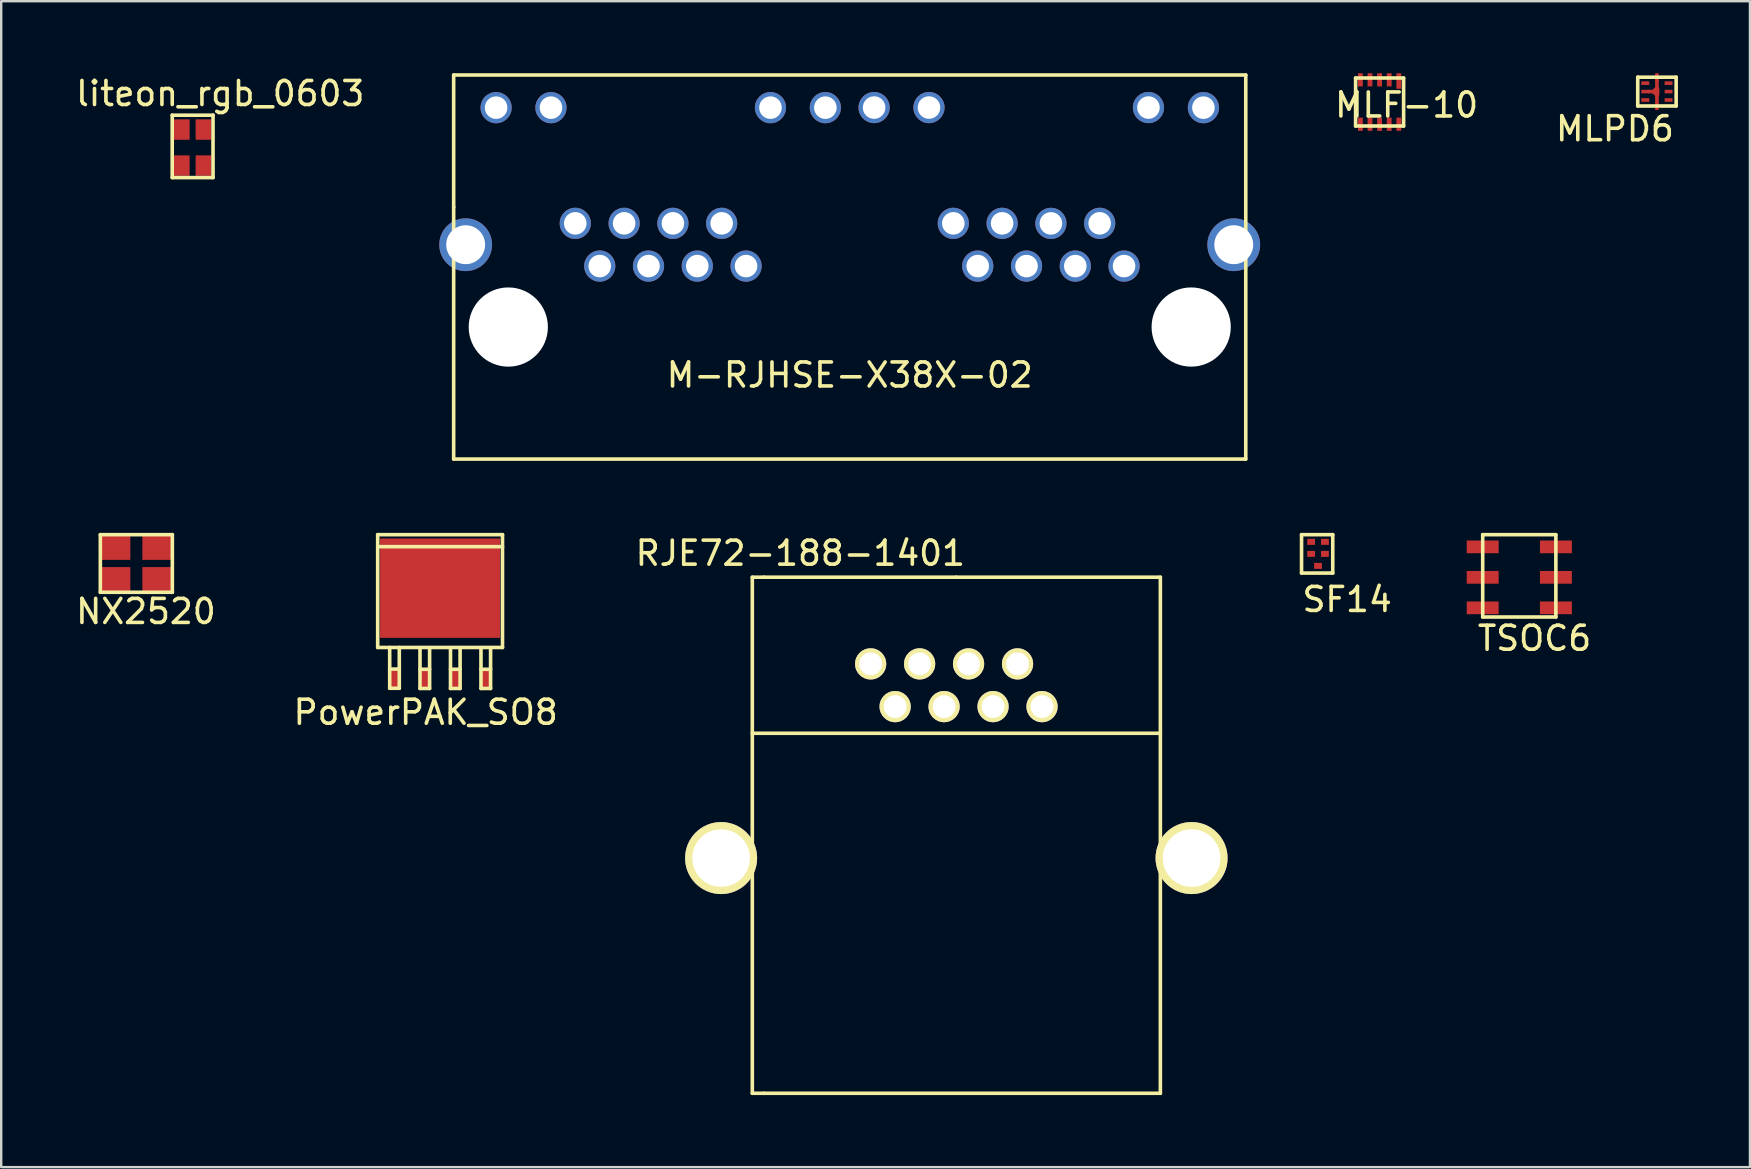
<source format=kicad_pcb>
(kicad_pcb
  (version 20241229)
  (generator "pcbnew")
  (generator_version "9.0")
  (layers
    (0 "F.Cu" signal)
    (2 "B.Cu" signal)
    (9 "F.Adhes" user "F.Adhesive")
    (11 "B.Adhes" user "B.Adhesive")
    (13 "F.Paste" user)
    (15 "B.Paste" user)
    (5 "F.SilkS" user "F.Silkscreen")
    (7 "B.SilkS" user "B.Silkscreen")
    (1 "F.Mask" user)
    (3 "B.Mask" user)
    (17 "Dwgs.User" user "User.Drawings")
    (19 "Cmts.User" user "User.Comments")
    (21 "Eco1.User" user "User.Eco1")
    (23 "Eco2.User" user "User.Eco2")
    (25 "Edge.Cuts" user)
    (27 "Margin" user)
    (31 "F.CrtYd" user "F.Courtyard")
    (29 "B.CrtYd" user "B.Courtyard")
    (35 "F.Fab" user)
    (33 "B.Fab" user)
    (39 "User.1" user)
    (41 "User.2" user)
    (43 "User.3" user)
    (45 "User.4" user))
  (footprint "PowerPAK_SO8"
    (layer "F.Cu")
    (at 15.285 25.225)
    (property "Reference" "PowerPAK_SO8" (at -0.6 1.4 0) (layer "F.SilkS") (effects (font (size 1 1) (thickness 0.15))))
    (attr through_hole)
    (fp_line (start -2.6 -6) (end 2.6 -6) (stroke (width 0.15) (type solid)) (layer "F.SilkS"))
    (fp_line (start -2.6 -5.5) (end 2.6 -5.5) (stroke (width 0.15) (type solid)) (layer "F.SilkS"))
    (fp_line (start -2.6 -1.3) (end -2.6 -6) (stroke (width 0.15) (type solid)) (layer "F.SilkS"))
    (fp_line (start -2.1 -1.3) (end -2.1 0.4) (stroke (width 0.15) (type solid)) (layer "F.SilkS"))
    (fp_line (start -2.1 -0.4) (end -1.7 -0.4) (stroke (width 0.15) (type solid)) (layer "F.SilkS"))
    (fp_line (start -2.1 0.4) (end -1.7 0.4) (stroke (width 0.15) (type solid)) (layer "F.SilkS"))
    (fp_line (start -1.7 0.4) (end -1.7 -1.3) (stroke (width 0.15) (type solid)) (layer "F.SilkS"))
    (fp_line (start -0.837 -1.293) (end -0.837 0.407) (stroke (width 0.15) (type solid)) (layer "F.SilkS"))
    (fp_line (start -0.837 -0.393) (end -0.437 -0.393) (stroke (width 0.15) (type solid)) (layer "F.SilkS"))
    (fp_line (start -0.837 0.407) (end -0.437 0.407) (stroke (width 0.15) (type solid)) (layer "F.SilkS"))
    (fp_line (start -0.437 0.407) (end -0.437 -1.293) (stroke (width 0.15) (type solid)) (layer "F.SilkS"))
    (fp_line (start 0.433 -1.293) (end 0.433 0.407) (stroke (width 0.15) (type solid)) (layer "F.SilkS"))
    (fp_line (start 0.433 -0.393) (end 0.833 -0.393) (stroke (width 0.15) (type solid)) (layer "F.SilkS"))
    (fp_line (start 0.433 0.407) (end 0.833 0.407) (stroke (width 0.15) (type solid)) (layer "F.SilkS"))
    (fp_line (start 0.833 0.407) (end 0.833 -1.293) (stroke (width 0.15) (type solid)) (layer "F.SilkS"))
    (fp_line (start 1.703 -1.293) (end 1.703 0.407) (stroke (width 0.15) (type solid)) (layer "F.SilkS"))
    (fp_line (start 1.703 -0.393) (end 2.103 -0.393) (stroke (width 0.15) (type solid)) (layer "F.SilkS"))
    (fp_line (start 1.703 0.407) (end 2.103 0.407) (stroke (width 0.15) (type solid)) (layer "F.SilkS"))
    (fp_line (start 2.103 0.407) (end 2.103 -1.293) (stroke (width 0.15) (type solid)) (layer "F.SilkS"))
    (fp_line (start 2.6 -6) (end 2.6 -1.3) (stroke (width 0.15) (type solid)) (layer "F.SilkS"))
    (fp_line (start 2.6 -1.3) (end -2.6 -1.3) (stroke (width 0.15) (type solid)) (layer "F.SilkS"))
    (pad "1" smd rect (at -1.905 0) (size 0.41 0.82) (layers "F.Cu" "F.Mask" "F.Paste"))
    (pad "2" smd rect (at -0.635 0) (size 0.41 0.82) (layers "F.Cu" "F.Mask" "F.Paste"))
    (pad "3" smd rect (at 0.635 0) (size 0.41 0.82) (layers "F.Cu" "F.Mask" "F.Paste"))
    (pad "4" smd rect (at 1.905 0) (size 0.41 0.82) (layers "F.Cu" "F.Mask" "F.Paste"))
    (pad "5" smd rect (at 0 -3.771 90) (size 4.14 5) (layers "F.Cu" "F.Mask" "F.Paste")))
  (footprint "liteon_rgb_0603"
    (layer "F.Cu")
    (at 4.125 4.348)
    (property "Reference" "liteon_rgb_0603" (at 2 -3.5 0) (layer "F.SilkS") (effects (font (size 1 1) (thickness 0.15))))
    (attr through_hole)
    (fp_line (start 0 -2.6) (end 1.7 -2.6) (stroke (width 0.15) (type solid)) (layer "F.SilkS"))
    (fp_line (start 0 0) (end 0 -2.6) (stroke (width 0.15) (type solid)) (layer "F.SilkS"))
    (fp_line (start 1.7 -2.6) (end 1.7 0) (stroke (width 0.15) (type solid)) (layer "F.SilkS"))
    (fp_line (start 1.7 0) (end 0 0) (stroke (width 0.15) (type solid)) (layer "F.SilkS"))
    (pad "1" smd rect (at 0.4 -2) (size 0.65 0.85) (layers "F.Cu" "F.Mask" "F.Paste"))
    (pad "2" smd rect (at 1.3 -2) (size 0.65 0.85) (layers "F.Cu" "F.Mask" "F.Paste"))
    (pad "3" smd rect (at 1.3 -0.5) (size 0.65 0.85) (layers "F.Cu" "F.Mask" "F.Paste"))
    (pad "4" smd rect (at 0.4 -0.5) (size 0.65 0.85) (layers "F.Cu" "F.Mask" "F.Paste")))
  (footprint "MLF-10"
    (layer "F.Cu")
    (at 54.426 1.2)
    (property "Reference" "MLF-10" (at 1.125 0.125 0) (layer "F.SilkS") (effects (font (size 1 1) (thickness 0.15))))
    (attr through_hole)
    (fp_line (start -1 -1) (end 1 -1) (stroke (width 0.15) (type solid)) (layer "F.SilkS"))
    (fp_line (start -1 1) (end -1 -1) (stroke (width 0.15) (type solid)) (layer "F.SilkS"))
    (fp_line (start 1 -1) (end 1 1) (stroke (width 0.15) (type solid)) (layer "F.SilkS"))
    (fp_line (start 1 1) (end -1 1) (stroke (width 0.15) (type solid)) (layer "F.SilkS"))
    (pad "1" smd rect (at 0.8 -0.875) (size 0.2 0.65) (layers "F.Cu" "F.Mask" "F.Paste"))
    (pad "2" smd rect (at 0.4 -0.925) (size 0.2 0.55) (layers "F.Cu" "F.Mask" "F.Paste"))
    (pad "3" smd rect (at 0 -0.925) (size 0.2 0.55) (layers "F.Cu" "F.Mask" "F.Paste"))
    (pad "4" smd rect (at -0.4 -0.925) (size 0.2 0.55) (layers "F.Cu" "F.Mask" "F.Paste"))
    (pad "5" smd rect (at -0.8 -0.925) (size 0.2 0.55) (layers "F.Cu" "F.Mask" "F.Paste"))
    (pad "6" smd rect (at -0.8 0.925) (size 0.2 0.55) (layers "F.Cu" "F.Mask" "F.Paste"))
    (pad "7" smd rect (at -0.4 0.925) (size 0.2 0.55) (layers "F.Cu" "F.Mask" "F.Paste"))
    (pad "8" smd rect (at 0 0.925) (size 0.2 0.55) (layers "F.Cu" "F.Mask" "F.Paste"))
    (pad "9" smd rect (at 0.4 0.925) (size 0.2 0.55) (layers "F.Cu" "F.Mask" "F.Paste"))
    (pad "10" smd rect (at 0.8 0.925) (size 0.2 0.55) (layers "F.Cu" "F.Mask" "F.Paste")))
  (footprint "SF14"
    (layer "F.Cu")
    (at 51.574 20.525)
    (property "Reference" "SF14" (at 1.5 1.4 0) (layer "F.SilkS") (effects (font (size 1 1) (thickness 0.15))))
    (attr through_hole)
    (fp_line (start -0.4 -1.3) (end 0.9 -1.3) (stroke (width 0.15) (type solid)) (layer "F.SilkS"))
    (fp_line (start -0.4 0.3) (end -0.4 -1.3) (stroke (width 0.15) (type solid)) (layer "F.SilkS"))
    (fp_line (start 0.9 -1.3) (end 0.9 0.3) (stroke (width 0.15) (type solid)) (layer "F.SilkS"))
    (fp_line (start 0.9 0.3) (end -0.4 0.3) (stroke (width 0.15) (type solid)) (layer "F.SilkS"))
    (pad "1" smd rect (at 0.287 0) (size 0.325 0.25) (layers "F.Cu" "F.Mask" "F.Paste"))
    (pad "2" smd rect (at 0.575 -0.5) (size 0.325 0.25) (layers "F.Cu" "F.Mask" "F.Paste"))
    (pad "3" smd rect (at 0.575 -1) (size 0.325 0.25) (layers "F.Cu" "F.Mask" "F.Paste"))
    (pad "4" smd rect (at 0 -1) (size 0.325 0.25) (layers "F.Cu" "F.Mask" "F.Paste"))
    (pad "5" smd rect (at 0 -0.5) (size 0.325 0.25) (layers "F.Cu" "F.Mask" "F.Paste")))
  (footprint "RJE72-188-1401"
    (layer "F.Cu")
    (at 36.792 25.498)
    (property "Reference" "RJE72-188-1401" (at -6.5 -5.5 0) (layer "F.SilkS") (effects (font (size 1 1) (thickness 0.15))))
    (attr through_hole)
    (fp_line (start -8.5 -4.5) (end -8.5 17) (stroke (width 0.15) (type solid)) (layer "F.SilkS"))
    (fp_line (start -8.5 2) (end 8.5 2) (stroke (width 0.15) (type solid)) (layer "F.SilkS"))
    (fp_line (start -8 -4.5) (end -8.5 -4.5) (stroke (width 0.15) (type solid)) (layer "F.SilkS"))
    (fp_line (start -8 17) (end -8.5 17) (stroke (width 0.15) (type solid)) (layer "F.SilkS"))
    (fp_line (start -8 17) (end 8.5 17) (stroke (width 0.15) (type solid)) (layer "F.SilkS"))
    (fp_line (start 0 -4.5) (end -8 -4.5) (stroke (width 0.15) (type solid)) (layer "F.SilkS"))
    (fp_line (start 0 -4.5) (end 8.5 -4.5) (stroke (width 0.15) (type solid)) (layer "F.SilkS"))
    (fp_line (start 8.5 17) (end 8.5 -4.5) (stroke (width 0.15) (type solid)) (layer "F.SilkS"))
    (pad "1" thru_hole circle (at 3.57 0.89) (size 1.3 1.3) (drill 0.95) (layers "*.Cu" "*.Mask" "F.SilkS"))
    (pad "2" thru_hole circle (at 2.55 -0.89) (size 1.3 1.3) (drill 0.95) (layers "*.Cu" "*.Mask" "F.SilkS"))
    (pad "3" thru_hole circle (at 1.53 0.89) (size 1.3 1.3) (drill 0.95) (layers "*.Cu" "*.Mask" "F.SilkS"))
    (pad "4" thru_hole circle (at 0.51 -0.89) (size 1.3 1.3) (drill 0.95) (layers "*.Cu" "*.Mask" "F.SilkS"))
    (pad "5" thru_hole circle (at -0.51 0.89) (size 1.3 1.3) (drill 0.95) (layers "*.Cu" "*.Mask" "F.SilkS"))
    (pad "6" thru_hole circle (at -1.53 -0.89) (size 1.3 1.3) (drill 0.95) (layers "*.Cu" "*.Mask" "F.SilkS"))
    (pad "7" thru_hole circle (at -2.55 0.89) (size 1.3 1.3) (drill 0.95) (layers "*.Cu" "*.Mask" "F.SilkS"))
    (pad "8" thru_hole circle (at -3.57 -0.89) (size 1.3 1.3) (drill 0.95) (layers "*.Cu" "*.Mask" "F.SilkS"))
    (pad "9" thru_hole circle (at 9.8 7.2) (size 3 3) (drill 2.4) (layers "*.Cu" "*.Mask" "F.SilkS"))
    (pad "10" thru_hole circle (at -9.8 7.2) (size 3 3) (drill 2.4) (layers "*.Cu" "*.Mask" "F.SilkS")))
  (footprint "NX2520"
    (layer "F.Cu")
    (at 2.63 20.425)
    (property "Reference" "NX2520" (at 0.4 2 0) (layer "F.SilkS") (effects (font (size 1 1) (thickness 0.15))))
    (attr through_hole)
    (fp_line (start -1.5 -1.2) (end 1.5 -1.2) (stroke (width 0.15) (type solid)) (layer "F.SilkS"))
    (fp_line (start -1.5 1.2) (end -1.5 -1.2) (stroke (width 0.15) (type solid)) (layer "F.SilkS"))
    (fp_line (start 1.5 -1.2) (end 1.5 1.2) (stroke (width 0.15) (type solid)) (layer "F.SilkS"))
    (fp_line (start 1.5 1.2) (end -1.5 1.2) (stroke (width 0.15) (type solid)) (layer "F.SilkS"))
    (pad "1" smd rect (at -0.85 0.65) (size 1.2 1) (layers "F.Cu" "F.Mask" "F.Paste"))
    (pad "2" smd rect (at 0.85 0.65) (size 1.2 1) (layers "F.Cu" "F.Mask" "F.Paste"))
    (pad "3" smd rect (at 0.85 -0.65) (size 1.2 1) (layers "F.Cu" "F.Mask" "F.Paste"))
    (pad "4" smd rect (at -0.85 -0.65) (size 1.2 1) (layers "F.Cu" "F.Mask" "F.Paste")))
  (footprint "TSOC6"
    (layer "F.Cu")
    (at 58.721 22.273)
    (property "Reference" "TSOC6" (at 2.159 1.27 0) (layer "F.SilkS") (effects (font (size 1 1) (thickness 0.15))))
    (attr through_hole)
    (fp_line (start 0 -3.048) (end 3.048 -3.048) (stroke (width 0.15) (type solid)) (layer "F.SilkS"))
    (fp_line (start 0 0.381) (end 0 -3.048) (stroke (width 0.15) (type solid)) (layer "F.SilkS"))
    (fp_line (start 3.048 -3.048) (end 3.048 0.381) (stroke (width 0.15) (type solid)) (layer "F.SilkS"))
    (fp_line (start 3.048 0.381) (end 0 0.381) (stroke (width 0.15) (type solid)) (layer "F.SilkS"))
    (pad "1" smd rect (at 0 -2.54) (size 1.33 0.53) (layers "F.Cu" "F.Mask" "F.Paste"))
    (pad "2" smd rect (at 0 -1.27) (size 1.33 0.53) (layers "F.Cu" "F.Mask" "F.Paste"))
    (pad "3" smd rect (at 0 0) (size 1.33 0.53) (layers "F.Cu" "F.Mask" "F.Paste"))
    (pad "4" smd rect (at 3.05 0) (size 1.33 0.53) (layers "F.Cu" "F.Mask" "F.Paste"))
    (pad "5" smd rect (at 3.05 -1.27) (size 1.33 0.53) (layers "F.Cu" "F.Mask" "F.Paste"))
    (pad "6" smd rect (at 3.05 -2.54) (size 1.33 0.53) (layers "F.Cu" "F.Mask" "F.Paste")))
  (footprint "M-RJHSE-X38X-02"
    (layer "F.Cu")
    (at 32.35 10.575)
    (property "Reference" "M-RJHSE-X38X-02" (at 0 2 0) (layer "F.SilkS") (effects (font (size 1 1) (thickness 0.15))))
    (attr through_hole)
    (fp_line (start -16.5 -10.5) (end 16.5 -10.5) (stroke (width 0.15) (type solid)) (layer "F.SilkS"))
    (fp_line (start -16.5 -5) (end -16.5 -10.5) (stroke (width 0.15) (type solid)) (layer "F.SilkS"))
    (fp_line (start -16.5 5.5) (end -16.5 -5) (stroke (width 0.15) (type solid)) (layer "F.SilkS"))
    (fp_line (start 16.5 -10.5) (end 16.5 5.5) (stroke (width 0.15) (type solid)) (layer "F.SilkS"))
    (fp_line (start 16.5 5.5) (end -16.5 5.5) (stroke (width 0.15) (type solid)) (layer "F.SilkS"))
    (pad "" np_thru_hole circle (at -14.224 0) (size 3.3 3.3) (drill 3.3) (layers "*.Cu" "*.Mask"))
    (pad "" np_thru_hole circle (at 14.226 0) (size 3.3 3.3) (drill 3.3) (layers "*.Cu" "*.Mask"))
    (pad "1" thru_hole circle (at 11.43 -2.54) (size 1.3 1.3) (drill 0.94) (layers "*.Cu" "*.Mask"))
    (pad "2" thru_hole circle (at 10.414 -4.32) (size 1.3 1.3) (drill 0.94) (layers "*.Cu" "*.Mask"))
    (pad "3" thru_hole circle (at 9.398 -2.54) (size 1.3 1.3) (drill 0.94) (layers "*.Cu" "*.Mask"))
    (pad "4" thru_hole circle (at 8.382 -4.318) (size 1.3 1.3) (drill 0.94) (layers "*.Cu" "*.Mask"))
    (pad "5" thru_hole circle (at 7.366 -2.54) (size 1.3 1.3) (drill 0.94) (layers "*.Cu" "*.Mask"))
    (pad "6" thru_hole circle (at 6.35 -4.32) (size 1.3 1.3) (drill 0.94) (layers "*.Cu" "*.Mask"))
    (pad "7" thru_hole circle (at 5.334 -2.54) (size 1.3 1.3) (drill 0.94) (layers "*.Cu" "*.Mask"))
    (pad "8" thru_hole circle (at 4.316 -4.32) (size 1.3 1.3) (drill 0.94) (layers "*.Cu" "*.Mask"))
    (pad "9" thru_hole circle (at 14.736 -9.14) (size 1.3 1.3) (drill 0.94) (layers "*.Cu" "*.Mask"))
    (pad "10" thru_hole circle (at 12.446 -9.144) (size 1.3 1.3) (drill 0.94) (layers "*.Cu" "*.Mask"))
    (pad "11" thru_hole circle (at 3.302 -9.144) (size 1.3 1.3) (drill 0.94) (layers "*.Cu" "*.Mask"))
    (pad "12" thru_hole circle (at 1.016 -9.144) (size 1.3 1.3) (drill 0.94) (layers "*.Cu" "*.Mask"))
    (pad "13" thru_hole circle (at -4.318 -2.54) (size 1.3 1.3) (drill 0.94) (layers "*.Cu" "*.Mask"))
    (pad "14" thru_hole circle (at -5.334 -4.32) (size 1.3 1.3) (drill 0.94) (layers "*.Cu" "*.Mask"))
    (pad "15" thru_hole circle (at -6.35 -2.54) (size 1.3 1.3) (drill 0.94) (layers "*.Cu" "*.Mask"))
    (pad "16" thru_hole circle (at -7.366 -4.32) (size 1.3 1.3) (drill 0.94) (layers "*.Cu" "*.Mask"))
    (pad "17" thru_hole circle (at -8.382 -2.54) (size 1.3 1.3) (drill 0.94) (layers "*.Cu" "*.Mask"))
    (pad "18" thru_hole circle (at -9.398 -4.32) (size 1.3 1.3) (drill 0.94) (layers "*.Cu" "*.Mask"))
    (pad "19" thru_hole circle (at -10.414 -2.54) (size 1.3 1.3) (drill 0.94) (layers "*.Cu" "*.Mask"))
    (pad "20" thru_hole circle (at -11.434 -4.32) (size 1.3 1.3) (drill 0.94) (layers "*.Cu" "*.Mask"))
    (pad "21" thru_hole circle (at -1.014 -9.14) (size 1.3 1.3) (drill 0.94) (layers "*.Cu" "*.Mask"))
    (pad "22" thru_hole circle (at -3.302 -9.14) (size 1.3 1.3) (drill 0.94) (layers "*.Cu" "*.Mask"))
    (pad "23" thru_hole circle (at -12.446 -9.14) (size 1.3 1.3) (drill 0.94) (layers "*.Cu" "*.Mask"))
    (pad "24" thru_hole circle (at -14.732 -9.14) (size 1.3 1.3) (drill 0.94) (layers "*.Cu" "*.Mask"))
    (pad "25" thru_hole circle (at 16 -3.43) (size 2.2 2.2) (drill 1.62) (layers "*.Cu" "*.Mask"))
    (pad "26" thru_hole circle (at -16 -3.43) (size 2.2 2.2) (drill 1.62) (layers "*.Cu" "*.Mask")))
  (footprint "MLPD6"
    (layer "F.Cu")
    (at 65.98 0.765)
    (property "Reference" "MLPD6" (at -1.75 1.55 0) (layer "F.SilkS") (effects (font (size 1 1) (thickness 0.15))))
    (attr through_hole)
    (fp_line (start -0.8 -0.6) (end 0.8 -0.6) (stroke (width 0.15) (type solid)) (layer "F.SilkS"))
    (fp_line (start -0.8 0.6) (end -0.8 -0.6) (stroke (width 0.15) (type solid)) (layer "F.SilkS"))
    (fp_line (start 0.8 -0.6) (end 0.8 0.6) (stroke (width 0.15) (type solid)) (layer "F.SilkS"))
    (fp_line (start 0.8 0.6) (end -0.8 0.6) (stroke (width 0.15) (type solid)) (layer "F.SilkS"))
    (pad "1" smd rect (at -0.485 -0.35) (size 0.33 0.15) (layers "F.Cu" "F.Mask" "F.Paste"))
    (pad "2" smd rect (at -0.485 0) (size 0.33 0.15) (layers "F.Cu" "F.Mask" "F.Paste"))
    (pad "2" smd rect (at -0.2 0 180) (size 0.33 0.15) (layers "F.Cu" "F.Mask" "F.Paste"))
    (pad "2" smd rect (at -0.075 -0.075 45) (size 0.2 0.15) (layers "F.Cu" "F.Mask" "F.Paste"))
    (pad "2" smd rect (at -0.075 0.075 135) (size 0.2 0.15) (layers "F.Cu" "F.Mask" "F.Paste"))
    (pad "2" smd rect (at 0 -0.6 90) (size 0.33 0.15) (layers "F.Cu" "F.Mask" "F.Paste"))
    (pad "2" smd rect (at 0 -0.3 90) (size 0.33 0.15) (layers "F.Cu" "F.Mask" "F.Paste"))
    (pad "2" smd rect (at 0 0 90) (size 0.33 0.15) (layers "F.Cu" "F.Mask" "F.Paste"))
    (pad "2" smd rect (at 0 0.3 90) (size 0.33 0.15) (layers "F.Cu" "F.Mask" "F.Paste"))
    (pad "2" smd rect (at 0 0.6 90) (size 0.33 0.15) (layers "F.Cu" "F.Mask" "F.Paste"))
    (pad "2" smd oval (at 0.025 0 90) (size 0.4 0.15) (layers "F.Cu" "F.Mask" "F.Paste"))
    (pad "3" smd rect (at -0.485 0.35) (size 0.33 0.15) (layers "F.Cu" "F.Mask" "F.Paste"))
    (pad "4" smd rect (at 0.485 0.35) (size 0.33 0.15) (layers "F.Cu" "F.Mask" "F.Paste"))
    (pad "5" smd rect (at 0.485 0) (size 0.33 0.15) (layers "F.Cu" "F.Mask" "F.Paste"))
    (pad "6" smd rect (at 0.485 -0.35) (size 0.33 0.15) (layers "F.Cu" "F.Mask" "F.Paste")))
  (gr_rect
    (start -3 -3)
    (end 69.855 45.573)
    (stroke (width 0.1) (type default))
    (fill no)
    (layer "Edge.Cuts")))
</source>
